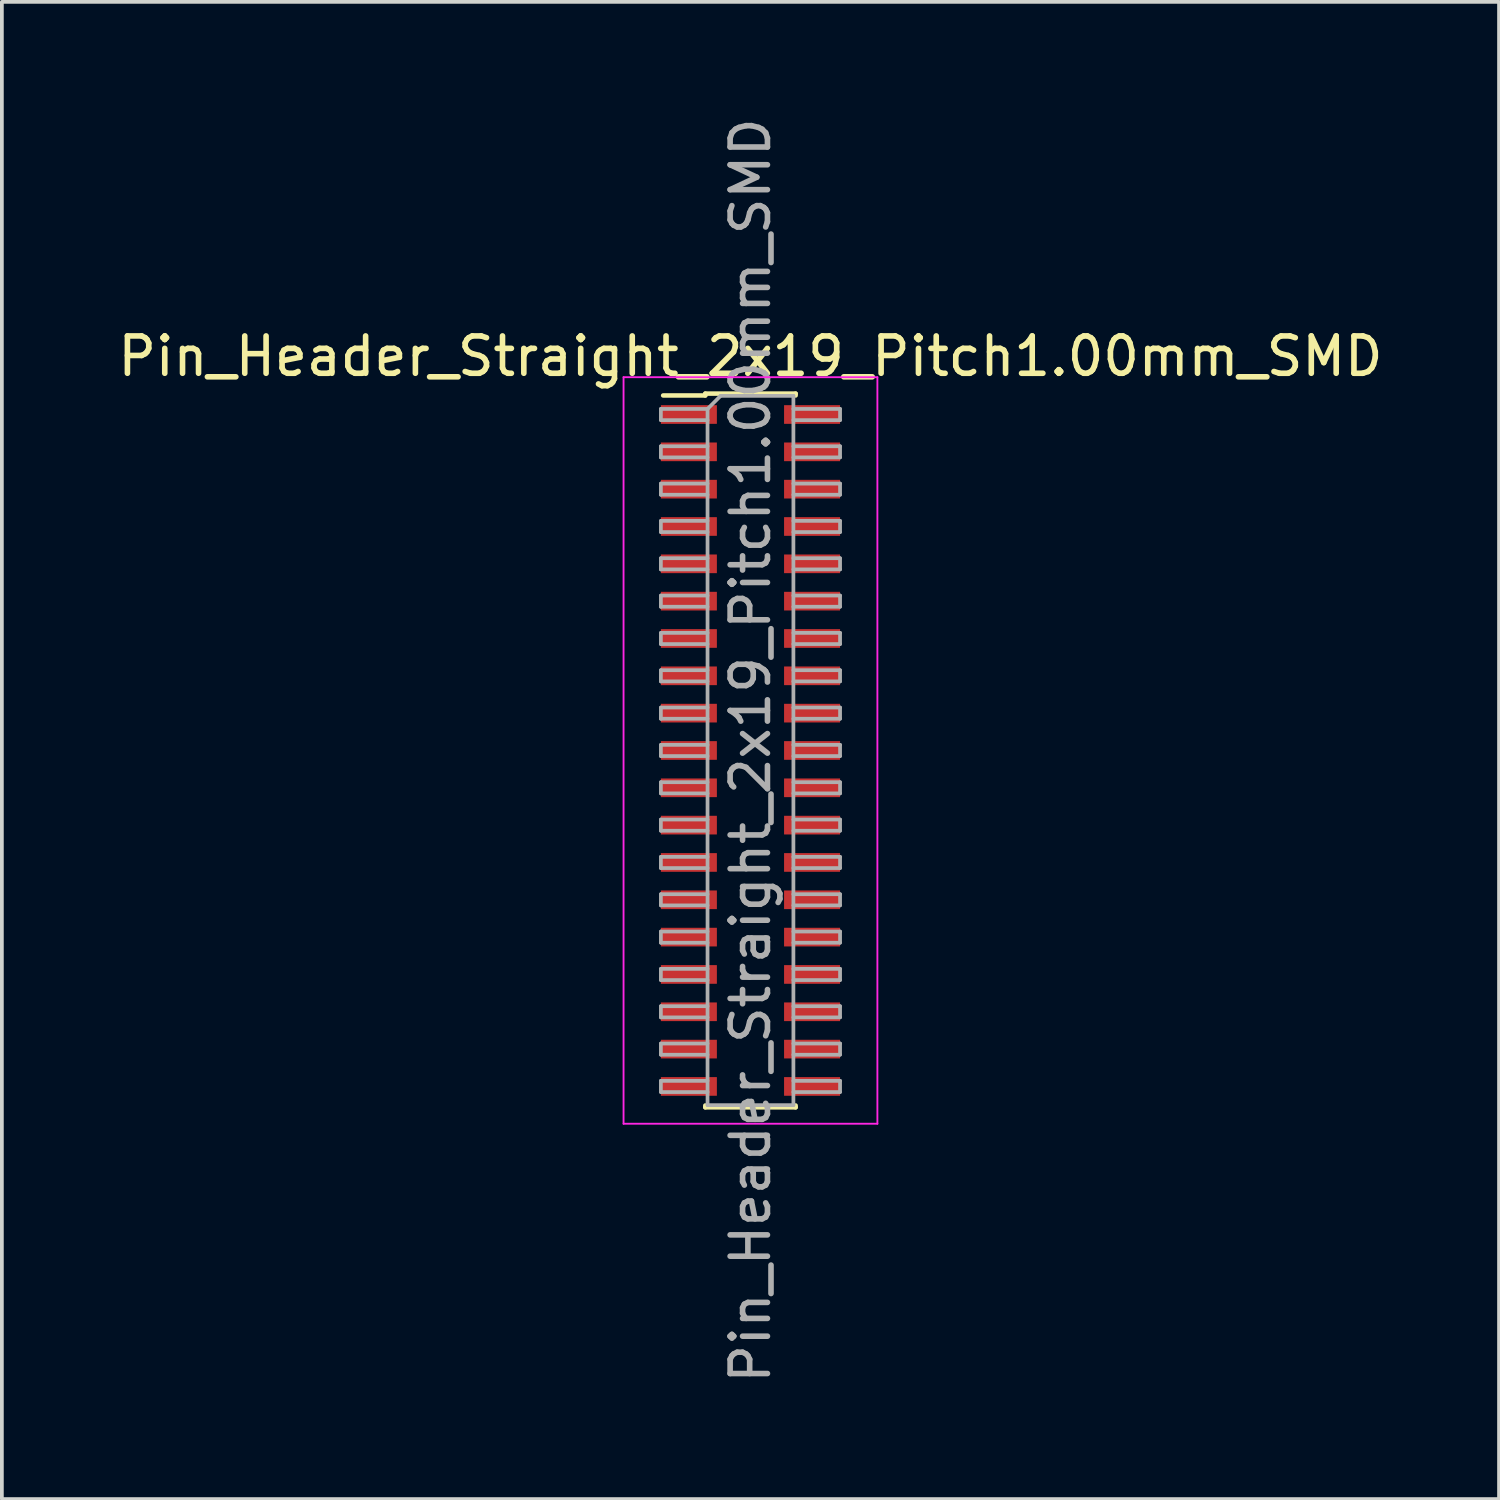
<source format=kicad_pcb>
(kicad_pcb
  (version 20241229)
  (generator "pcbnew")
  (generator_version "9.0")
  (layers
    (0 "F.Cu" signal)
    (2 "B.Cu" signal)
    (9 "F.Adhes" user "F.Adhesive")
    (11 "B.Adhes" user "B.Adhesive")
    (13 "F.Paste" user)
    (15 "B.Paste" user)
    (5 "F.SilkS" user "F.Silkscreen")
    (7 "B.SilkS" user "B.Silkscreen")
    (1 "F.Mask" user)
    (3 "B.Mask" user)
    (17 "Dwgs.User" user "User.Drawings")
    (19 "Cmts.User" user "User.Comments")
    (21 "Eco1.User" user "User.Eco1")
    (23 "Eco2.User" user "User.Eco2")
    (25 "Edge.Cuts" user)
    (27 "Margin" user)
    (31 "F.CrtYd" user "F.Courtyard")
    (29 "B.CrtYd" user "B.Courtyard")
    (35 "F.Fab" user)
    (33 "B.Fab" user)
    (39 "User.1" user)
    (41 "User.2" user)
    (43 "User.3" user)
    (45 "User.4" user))
  (footprint "Pin_Header_Straight_2x19_Pitch1.00mm_SMD"
    (layer "F.Cu")
    (at 17.054 17.054)
    (property "Reference" "Pin_Header_Straight_2x19_Pitch1.00mm_SMD" (at 0 -10.56 0) (layer "F.SilkS") (effects (font (size 1 1) (thickness 0.15))))
    (attr smd)
    (fp_line (start -2.34 -9.51) (end -1.21 -9.51) (stroke (width 0.12) (type solid)) (layer "F.SilkS"))
    (fp_line (start -1.21 -9.56) (end -1.21 -9.51) (stroke (width 0.12) (type solid)) (layer "F.SilkS"))
    (fp_line (start -1.21 -9.56) (end 1.21 -9.56) (stroke (width 0.12) (type solid)) (layer "F.SilkS"))
    (fp_line (start -1.21 9.51) (end -1.21 9.56) (stroke (width 0.12) (type solid)) (layer "F.SilkS"))
    (fp_line (start -1.21 9.56) (end 1.21 9.56) (stroke (width 0.12) (type solid)) (layer "F.SilkS"))
    (fp_line (start 1.21 -9.56) (end 1.21 -9.51) (stroke (width 0.12) (type solid)) (layer "F.SilkS"))
    (fp_line (start 1.21 9.51) (end 1.21 9.56) (stroke (width 0.12) (type solid)) (layer "F.SilkS"))
    (fp_line (start -3.4 -10) (end -3.4 10) (stroke (width 0.05) (type solid)) (layer "F.CrtYd"))
    (fp_line (start -3.4 10) (end 3.4 10) (stroke (width 0.05) (type solid)) (layer "F.CrtYd"))
    (fp_line (start 3.4 -10) (end -3.4 -10) (stroke (width 0.05) (type solid)) (layer "F.CrtYd"))
    (fp_line (start 3.4 10) (end 3.4 -10) (stroke (width 0.05) (type solid)) (layer "F.CrtYd"))
    (fp_line (start -2.4 -9.15) (end -2.4 -8.85) (stroke (width 0.1) (type solid)) (layer "F.Fab"))
    (fp_line (start -2.4 -8.85) (end -1.15 -8.85) (stroke (width 0.1) (type solid)) (layer "F.Fab"))
    (fp_line (start -2.4 -8.15) (end -2.4 -7.85) (stroke (width 0.1) (type solid)) (layer "F.Fab"))
    (fp_line (start -2.4 -7.85) (end -1.15 -7.85) (stroke (width 0.1) (type solid)) (layer "F.Fab"))
    (fp_line (start -2.4 -7.15) (end -2.4 -6.85) (stroke (width 0.1) (type solid)) (layer "F.Fab"))
    (fp_line (start -2.4 -6.85) (end -1.15 -6.85) (stroke (width 0.1) (type solid)) (layer "F.Fab"))
    (fp_line (start -2.4 -6.15) (end -2.4 -5.85) (stroke (width 0.1) (type solid)) (layer "F.Fab"))
    (fp_line (start -2.4 -5.85) (end -1.15 -5.85) (stroke (width 0.1) (type solid)) (layer "F.Fab"))
    (fp_line (start -2.4 -5.15) (end -2.4 -4.85) (stroke (width 0.1) (type solid)) (layer "F.Fab"))
    (fp_line (start -2.4 -4.85) (end -1.15 -4.85) (stroke (width 0.1) (type solid)) (layer "F.Fab"))
    (fp_line (start -2.4 -4.15) (end -2.4 -3.85) (stroke (width 0.1) (type solid)) (layer "F.Fab"))
    (fp_line (start -2.4 -3.85) (end -1.15 -3.85) (stroke (width 0.1) (type solid)) (layer "F.Fab"))
    (fp_line (start -2.4 -3.15) (end -2.4 -2.85) (stroke (width 0.1) (type solid)) (layer "F.Fab"))
    (fp_line (start -2.4 -2.85) (end -1.15 -2.85) (stroke (width 0.1) (type solid)) (layer "F.Fab"))
    (fp_line (start -2.4 -2.15) (end -2.4 -1.85) (stroke (width 0.1) (type solid)) (layer "F.Fab"))
    (fp_line (start -2.4 -1.85) (end -1.15 -1.85) (stroke (width 0.1) (type solid)) (layer "F.Fab"))
    (fp_line (start -2.4 -1.15) (end -2.4 -0.85) (stroke (width 0.1) (type solid)) (layer "F.Fab"))
    (fp_line (start -2.4 -0.85) (end -1.15 -0.85) (stroke (width 0.1) (type solid)) (layer "F.Fab"))
    (fp_line (start -2.4 -0.15) (end -2.4 0.15) (stroke (width 0.1) (type solid)) (layer "F.Fab"))
    (fp_line (start -2.4 0.15) (end -1.15 0.15) (stroke (width 0.1) (type solid)) (layer "F.Fab"))
    (fp_line (start -2.4 0.85) (end -2.4 1.15) (stroke (width 0.1) (type solid)) (layer "F.Fab"))
    (fp_line (start -2.4 1.15) (end -1.15 1.15) (stroke (width 0.1) (type solid)) (layer "F.Fab"))
    (fp_line (start -2.4 1.85) (end -2.4 2.15) (stroke (width 0.1) (type solid)) (layer "F.Fab"))
    (fp_line (start -2.4 2.15) (end -1.15 2.15) (stroke (width 0.1) (type solid)) (layer "F.Fab"))
    (fp_line (start -2.4 2.85) (end -2.4 3.15) (stroke (width 0.1) (type solid)) (layer "F.Fab"))
    (fp_line (start -2.4 3.15) (end -1.15 3.15) (stroke (width 0.1) (type solid)) (layer "F.Fab"))
    (fp_line (start -2.4 3.85) (end -2.4 4.15) (stroke (width 0.1) (type solid)) (layer "F.Fab"))
    (fp_line (start -2.4 4.15) (end -1.15 4.15) (stroke (width 0.1) (type solid)) (layer "F.Fab"))
    (fp_line (start -2.4 4.85) (end -2.4 5.15) (stroke (width 0.1) (type solid)) (layer "F.Fab"))
    (fp_line (start -2.4 5.15) (end -1.15 5.15) (stroke (width 0.1) (type solid)) (layer "F.Fab"))
    (fp_line (start -2.4 5.85) (end -2.4 6.15) (stroke (width 0.1) (type solid)) (layer "F.Fab"))
    (fp_line (start -2.4 6.15) (end -1.15 6.15) (stroke (width 0.1) (type solid)) (layer "F.Fab"))
    (fp_line (start -2.4 6.85) (end -2.4 7.15) (stroke (width 0.1) (type solid)) (layer "F.Fab"))
    (fp_line (start -2.4 7.15) (end -1.15 7.15) (stroke (width 0.1) (type solid)) (layer "F.Fab"))
    (fp_line (start -2.4 7.85) (end -2.4 8.15) (stroke (width 0.1) (type solid)) (layer "F.Fab"))
    (fp_line (start -2.4 8.15) (end -1.15 8.15) (stroke (width 0.1) (type solid)) (layer "F.Fab"))
    (fp_line (start -2.4 8.85) (end -2.4 9.15) (stroke (width 0.1) (type solid)) (layer "F.Fab"))
    (fp_line (start -2.4 9.15) (end -1.15 9.15) (stroke (width 0.1) (type solid)) (layer "F.Fab"))
    (fp_line (start -1.15 -9.15) (end -2.4 -9.15) (stroke (width 0.1) (type solid)) (layer "F.Fab"))
    (fp_line (start -1.15 -9.15) (end -0.8 -9.5) (stroke (width 0.1) (type solid)) (layer "F.Fab"))
    (fp_line (start -1.15 -8.15) (end -2.4 -8.15) (stroke (width 0.1) (type solid)) (layer "F.Fab"))
    (fp_line (start -1.15 -7.15) (end -2.4 -7.15) (stroke (width 0.1) (type solid)) (layer "F.Fab"))
    (fp_line (start -1.15 -6.15) (end -2.4 -6.15) (stroke (width 0.1) (type solid)) (layer "F.Fab"))
    (fp_line (start -1.15 -5.15) (end -2.4 -5.15) (stroke (width 0.1) (type solid)) (layer "F.Fab"))
    (fp_line (start -1.15 -4.15) (end -2.4 -4.15) (stroke (width 0.1) (type solid)) (layer "F.Fab"))
    (fp_line (start -1.15 -3.15) (end -2.4 -3.15) (stroke (width 0.1) (type solid)) (layer "F.Fab"))
    (fp_line (start -1.15 -2.15) (end -2.4 -2.15) (stroke (width 0.1) (type solid)) (layer "F.Fab"))
    (fp_line (start -1.15 -1.15) (end -2.4 -1.15) (stroke (width 0.1) (type solid)) (layer "F.Fab"))
    (fp_line (start -1.15 -0.15) (end -2.4 -0.15) (stroke (width 0.1) (type solid)) (layer "F.Fab"))
    (fp_line (start -1.15 0.85) (end -2.4 0.85) (stroke (width 0.1) (type solid)) (layer "F.Fab"))
    (fp_line (start -1.15 1.85) (end -2.4 1.85) (stroke (width 0.1) (type solid)) (layer "F.Fab"))
    (fp_line (start -1.15 2.85) (end -2.4 2.85) (stroke (width 0.1) (type solid)) (layer "F.Fab"))
    (fp_line (start -1.15 3.85) (end -2.4 3.85) (stroke (width 0.1) (type solid)) (layer "F.Fab"))
    (fp_line (start -1.15 4.85) (end -2.4 4.85) (stroke (width 0.1) (type solid)) (layer "F.Fab"))
    (fp_line (start -1.15 5.85) (end -2.4 5.85) (stroke (width 0.1) (type solid)) (layer "F.Fab"))
    (fp_line (start -1.15 6.85) (end -2.4 6.85) (stroke (width 0.1) (type solid)) (layer "F.Fab"))
    (fp_line (start -1.15 7.85) (end -2.4 7.85) (stroke (width 0.1) (type solid)) (layer "F.Fab"))
    (fp_line (start -1.15 8.85) (end -2.4 8.85) (stroke (width 0.1) (type solid)) (layer "F.Fab"))
    (fp_line (start -1.15 9.5) (end -1.15 -9.15) (stroke (width 0.1) (type solid)) (layer "F.Fab"))
    (fp_line (start -0.8 -9.5) (end 1.15 -9.5) (stroke (width 0.1) (type solid)) (layer "F.Fab"))
    (fp_line (start 1.15 -9.5) (end 1.15 9.5) (stroke (width 0.1) (type solid)) (layer "F.Fab"))
    (fp_line (start 1.15 -9.15) (end 2.4 -9.15) (stroke (width 0.1) (type solid)) (layer "F.Fab"))
    (fp_line (start 1.15 -8.15) (end 2.4 -8.15) (stroke (width 0.1) (type solid)) (layer "F.Fab"))
    (fp_line (start 1.15 -7.15) (end 2.4 -7.15) (stroke (width 0.1) (type solid)) (layer "F.Fab"))
    (fp_line (start 1.15 -6.15) (end 2.4 -6.15) (stroke (width 0.1) (type solid)) (layer "F.Fab"))
    (fp_line (start 1.15 -5.15) (end 2.4 -5.15) (stroke (width 0.1) (type solid)) (layer "F.Fab"))
    (fp_line (start 1.15 -4.15) (end 2.4 -4.15) (stroke (width 0.1) (type solid)) (layer "F.Fab"))
    (fp_line (start 1.15 -3.15) (end 2.4 -3.15) (stroke (width 0.1) (type solid)) (layer "F.Fab"))
    (fp_line (start 1.15 -2.15) (end 2.4 -2.15) (stroke (width 0.1) (type solid)) (layer "F.Fab"))
    (fp_line (start 1.15 -1.15) (end 2.4 -1.15) (stroke (width 0.1) (type solid)) (layer "F.Fab"))
    (fp_line (start 1.15 -0.15) (end 2.4 -0.15) (stroke (width 0.1) (type solid)) (layer "F.Fab"))
    (fp_line (start 1.15 0.85) (end 2.4 0.85) (stroke (width 0.1) (type solid)) (layer "F.Fab"))
    (fp_line (start 1.15 1.85) (end 2.4 1.85) (stroke (width 0.1) (type solid)) (layer "F.Fab"))
    (fp_line (start 1.15 2.85) (end 2.4 2.85) (stroke (width 0.1) (type solid)) (layer "F.Fab"))
    (fp_line (start 1.15 3.85) (end 2.4 3.85) (stroke (width 0.1) (type solid)) (layer "F.Fab"))
    (fp_line (start 1.15 4.85) (end 2.4 4.85) (stroke (width 0.1) (type solid)) (layer "F.Fab"))
    (fp_line (start 1.15 5.85) (end 2.4 5.85) (stroke (width 0.1) (type solid)) (layer "F.Fab"))
    (fp_line (start 1.15 6.85) (end 2.4 6.85) (stroke (width 0.1) (type solid)) (layer "F.Fab"))
    (fp_line (start 1.15 7.85) (end 2.4 7.85) (stroke (width 0.1) (type solid)) (layer "F.Fab"))
    (fp_line (start 1.15 8.85) (end 2.4 8.85) (stroke (width 0.1) (type solid)) (layer "F.Fab"))
    (fp_line (start 1.15 9.5) (end -1.15 9.5) (stroke (width 0.1) (type solid)) (layer "F.Fab"))
    (fp_line (start 2.4 -9.15) (end 2.4 -8.85) (stroke (width 0.1) (type solid)) (layer "F.Fab"))
    (fp_line (start 2.4 -8.85) (end 1.15 -8.85) (stroke (width 0.1) (type solid)) (layer "F.Fab"))
    (fp_line (start 2.4 -8.15) (end 2.4 -7.85) (stroke (width 0.1) (type solid)) (layer "F.Fab"))
    (fp_line (start 2.4 -7.85) (end 1.15 -7.85) (stroke (width 0.1) (type solid)) (layer "F.Fab"))
    (fp_line (start 2.4 -7.15) (end 2.4 -6.85) (stroke (width 0.1) (type solid)) (layer "F.Fab"))
    (fp_line (start 2.4 -6.85) (end 1.15 -6.85) (stroke (width 0.1) (type solid)) (layer "F.Fab"))
    (fp_line (start 2.4 -6.15) (end 2.4 -5.85) (stroke (width 0.1) (type solid)) (layer "F.Fab"))
    (fp_line (start 2.4 -5.85) (end 1.15 -5.85) (stroke (width 0.1) (type solid)) (layer "F.Fab"))
    (fp_line (start 2.4 -5.15) (end 2.4 -4.85) (stroke (width 0.1) (type solid)) (layer "F.Fab"))
    (fp_line (start 2.4 -4.85) (end 1.15 -4.85) (stroke (width 0.1) (type solid)) (layer "F.Fab"))
    (fp_line (start 2.4 -4.15) (end 2.4 -3.85) (stroke (width 0.1) (type solid)) (layer "F.Fab"))
    (fp_line (start 2.4 -3.85) (end 1.15 -3.85) (stroke (width 0.1) (type solid)) (layer "F.Fab"))
    (fp_line (start 2.4 -3.15) (end 2.4 -2.85) (stroke (width 0.1) (type solid)) (layer "F.Fab"))
    (fp_line (start 2.4 -2.85) (end 1.15 -2.85) (stroke (width 0.1) (type solid)) (layer "F.Fab"))
    (fp_line (start 2.4 -2.15) (end 2.4 -1.85) (stroke (width 0.1) (type solid)) (layer "F.Fab"))
    (fp_line (start 2.4 -1.85) (end 1.15 -1.85) (stroke (width 0.1) (type solid)) (layer "F.Fab"))
    (fp_line (start 2.4 -1.15) (end 2.4 -0.85) (stroke (width 0.1) (type solid)) (layer "F.Fab"))
    (fp_line (start 2.4 -0.85) (end 1.15 -0.85) (stroke (width 0.1) (type solid)) (layer "F.Fab"))
    (fp_line (start 2.4 -0.15) (end 2.4 0.15) (stroke (width 0.1) (type solid)) (layer "F.Fab"))
    (fp_line (start 2.4 0.15) (end 1.15 0.15) (stroke (width 0.1) (type solid)) (layer "F.Fab"))
    (fp_line (start 2.4 0.85) (end 2.4 1.15) (stroke (width 0.1) (type solid)) (layer "F.Fab"))
    (fp_line (start 2.4 1.15) (end 1.15 1.15) (stroke (width 0.1) (type solid)) (layer "F.Fab"))
    (fp_line (start 2.4 1.85) (end 2.4 2.15) (stroke (width 0.1) (type solid)) (layer "F.Fab"))
    (fp_line (start 2.4 2.15) (end 1.15 2.15) (stroke (width 0.1) (type solid)) (layer "F.Fab"))
    (fp_line (start 2.4 2.85) (end 2.4 3.15) (stroke (width 0.1) (type solid)) (layer "F.Fab"))
    (fp_line (start 2.4 3.15) (end 1.15 3.15) (stroke (width 0.1) (type solid)) (layer "F.Fab"))
    (fp_line (start 2.4 3.85) (end 2.4 4.15) (stroke (width 0.1) (type solid)) (layer "F.Fab"))
    (fp_line (start 2.4 4.15) (end 1.15 4.15) (stroke (width 0.1) (type solid)) (layer "F.Fab"))
    (fp_line (start 2.4 4.85) (end 2.4 5.15) (stroke (width 0.1) (type solid)) (layer "F.Fab"))
    (fp_line (start 2.4 5.15) (end 1.15 5.15) (stroke (width 0.1) (type solid)) (layer "F.Fab"))
    (fp_line (start 2.4 5.85) (end 2.4 6.15) (stroke (width 0.1) (type solid)) (layer "F.Fab"))
    (fp_line (start 2.4 6.15) (end 1.15 6.15) (stroke (width 0.1) (type solid)) (layer "F.Fab"))
    (fp_line (start 2.4 6.85) (end 2.4 7.15) (stroke (width 0.1) (type solid)) (layer "F.Fab"))
    (fp_line (start 2.4 7.15) (end 1.15 7.15) (stroke (width 0.1) (type solid)) (layer "F.Fab"))
    (fp_line (start 2.4 7.85) (end 2.4 8.15) (stroke (width 0.1) (type solid)) (layer "F.Fab"))
    (fp_line (start 2.4 8.15) (end 1.15 8.15) (stroke (width 0.1) (type solid)) (layer "F.Fab"))
    (fp_line (start 2.4 8.85) (end 2.4 9.15) (stroke (width 0.1) (type solid)) (layer "F.Fab"))
    (fp_line (start 2.4 9.15) (end 1.15 9.15) (stroke (width 0.1) (type solid)) (layer "F.Fab"))
    (fp_text user "${REFERENCE}" (at 0 0 90) (layer "F.Fab") (effects (font (size 1 1) (thickness 0.15))))
    (pad "1" smd rect (at -1.65 -9) (size 1.5 0.5) (layers "F.Cu" "F.Mask" "F.Paste"))
    (pad "2" smd rect (at 1.65 -9) (size 1.5 0.5) (layers "F.Cu" "F.Mask" "F.Paste"))
    (pad "3" smd rect (at -1.65 -8) (size 1.5 0.5) (layers "F.Cu" "F.Mask" "F.Paste"))
    (pad "4" smd rect (at 1.65 -8) (size 1.5 0.5) (layers "F.Cu" "F.Mask" "F.Paste"))
    (pad "5" smd rect (at -1.65 -7) (size 1.5 0.5) (layers "F.Cu" "F.Mask" "F.Paste"))
    (pad "6" smd rect (at 1.65 -7) (size 1.5 0.5) (layers "F.Cu" "F.Mask" "F.Paste"))
    (pad "7" smd rect (at -1.65 -6) (size 1.5 0.5) (layers "F.Cu" "F.Mask" "F.Paste"))
    (pad "8" smd rect (at 1.65 -6) (size 1.5 0.5) (layers "F.Cu" "F.Mask" "F.Paste"))
    (pad "9" smd rect (at -1.65 -5) (size 1.5 0.5) (layers "F.Cu" "F.Mask" "F.Paste"))
    (pad "10" smd rect (at 1.65 -5) (size 1.5 0.5) (layers "F.Cu" "F.Mask" "F.Paste"))
    (pad "11" smd rect (at -1.65 -4) (size 1.5 0.5) (layers "F.Cu" "F.Mask" "F.Paste"))
    (pad "12" smd rect (at 1.65 -4) (size 1.5 0.5) (layers "F.Cu" "F.Mask" "F.Paste"))
    (pad "13" smd rect (at -1.65 -3) (size 1.5 0.5) (layers "F.Cu" "F.Mask" "F.Paste"))
    (pad "14" smd rect (at 1.65 -3) (size 1.5 0.5) (layers "F.Cu" "F.Mask" "F.Paste"))
    (pad "15" smd rect (at -1.65 -2) (size 1.5 0.5) (layers "F.Cu" "F.Mask" "F.Paste"))
    (pad "16" smd rect (at 1.65 -2) (size 1.5 0.5) (layers "F.Cu" "F.Mask" "F.Paste"))
    (pad "17" smd rect (at -1.65 -1) (size 1.5 0.5) (layers "F.Cu" "F.Mask" "F.Paste"))
    (pad "18" smd rect (at 1.65 -1) (size 1.5 0.5) (layers "F.Cu" "F.Mask" "F.Paste"))
    (pad "19" smd rect (at -1.65 0) (size 1.5 0.5) (layers "F.Cu" "F.Mask" "F.Paste"))
    (pad "20" smd rect (at 1.65 0) (size 1.5 0.5) (layers "F.Cu" "F.Mask" "F.Paste"))
    (pad "21" smd rect (at -1.65 1) (size 1.5 0.5) (layers "F.Cu" "F.Mask" "F.Paste"))
    (pad "22" smd rect (at 1.65 1) (size 1.5 0.5) (layers "F.Cu" "F.Mask" "F.Paste"))
    (pad "23" smd rect (at -1.65 2) (size 1.5 0.5) (layers "F.Cu" "F.Mask" "F.Paste"))
    (pad "24" smd rect (at 1.65 2) (size 1.5 0.5) (layers "F.Cu" "F.Mask" "F.Paste"))
    (pad "25" smd rect (at -1.65 3) (size 1.5 0.5) (layers "F.Cu" "F.Mask" "F.Paste"))
    (pad "26" smd rect (at 1.65 3) (size 1.5 0.5) (layers "F.Cu" "F.Mask" "F.Paste"))
    (pad "27" smd rect (at -1.65 4) (size 1.5 0.5) (layers "F.Cu" "F.Mask" "F.Paste"))
    (pad "28" smd rect (at 1.65 4) (size 1.5 0.5) (layers "F.Cu" "F.Mask" "F.Paste"))
    (pad "29" smd rect (at -1.65 5) (size 1.5 0.5) (layers "F.Cu" "F.Mask" "F.Paste"))
    (pad "30" smd rect (at 1.65 5) (size 1.5 0.5) (layers "F.Cu" "F.Mask" "F.Paste"))
    (pad "31" smd rect (at -1.65 6) (size 1.5 0.5) (layers "F.Cu" "F.Mask" "F.Paste"))
    (pad "32" smd rect (at 1.65 6) (size 1.5 0.5) (layers "F.Cu" "F.Mask" "F.Paste"))
    (pad "33" smd rect (at -1.65 7) (size 1.5 0.5) (layers "F.Cu" "F.Mask" "F.Paste"))
    (pad "34" smd rect (at 1.65 7) (size 1.5 0.5) (layers "F.Cu" "F.Mask" "F.Paste"))
    (pad "35" smd rect (at -1.65 8) (size 1.5 0.5) (layers "F.Cu" "F.Mask" "F.Paste"))
    (pad "36" smd rect (at 1.65 8) (size 1.5 0.5) (layers "F.Cu" "F.Mask" "F.Paste"))
    (pad "37" smd rect (at -1.65 9) (size 1.5 0.5) (layers "F.Cu" "F.Mask" "F.Paste"))
    (pad "38" smd rect (at 1.65 9) (size 1.5 0.5) (layers "F.Cu" "F.Mask" "F.Paste")))
  (gr_rect
    (start -3 -3)
    (end 37.107 37.107)
    (stroke (width 0.1) (type default))
    (fill no)
    (layer "Edge.Cuts")))
</source>
